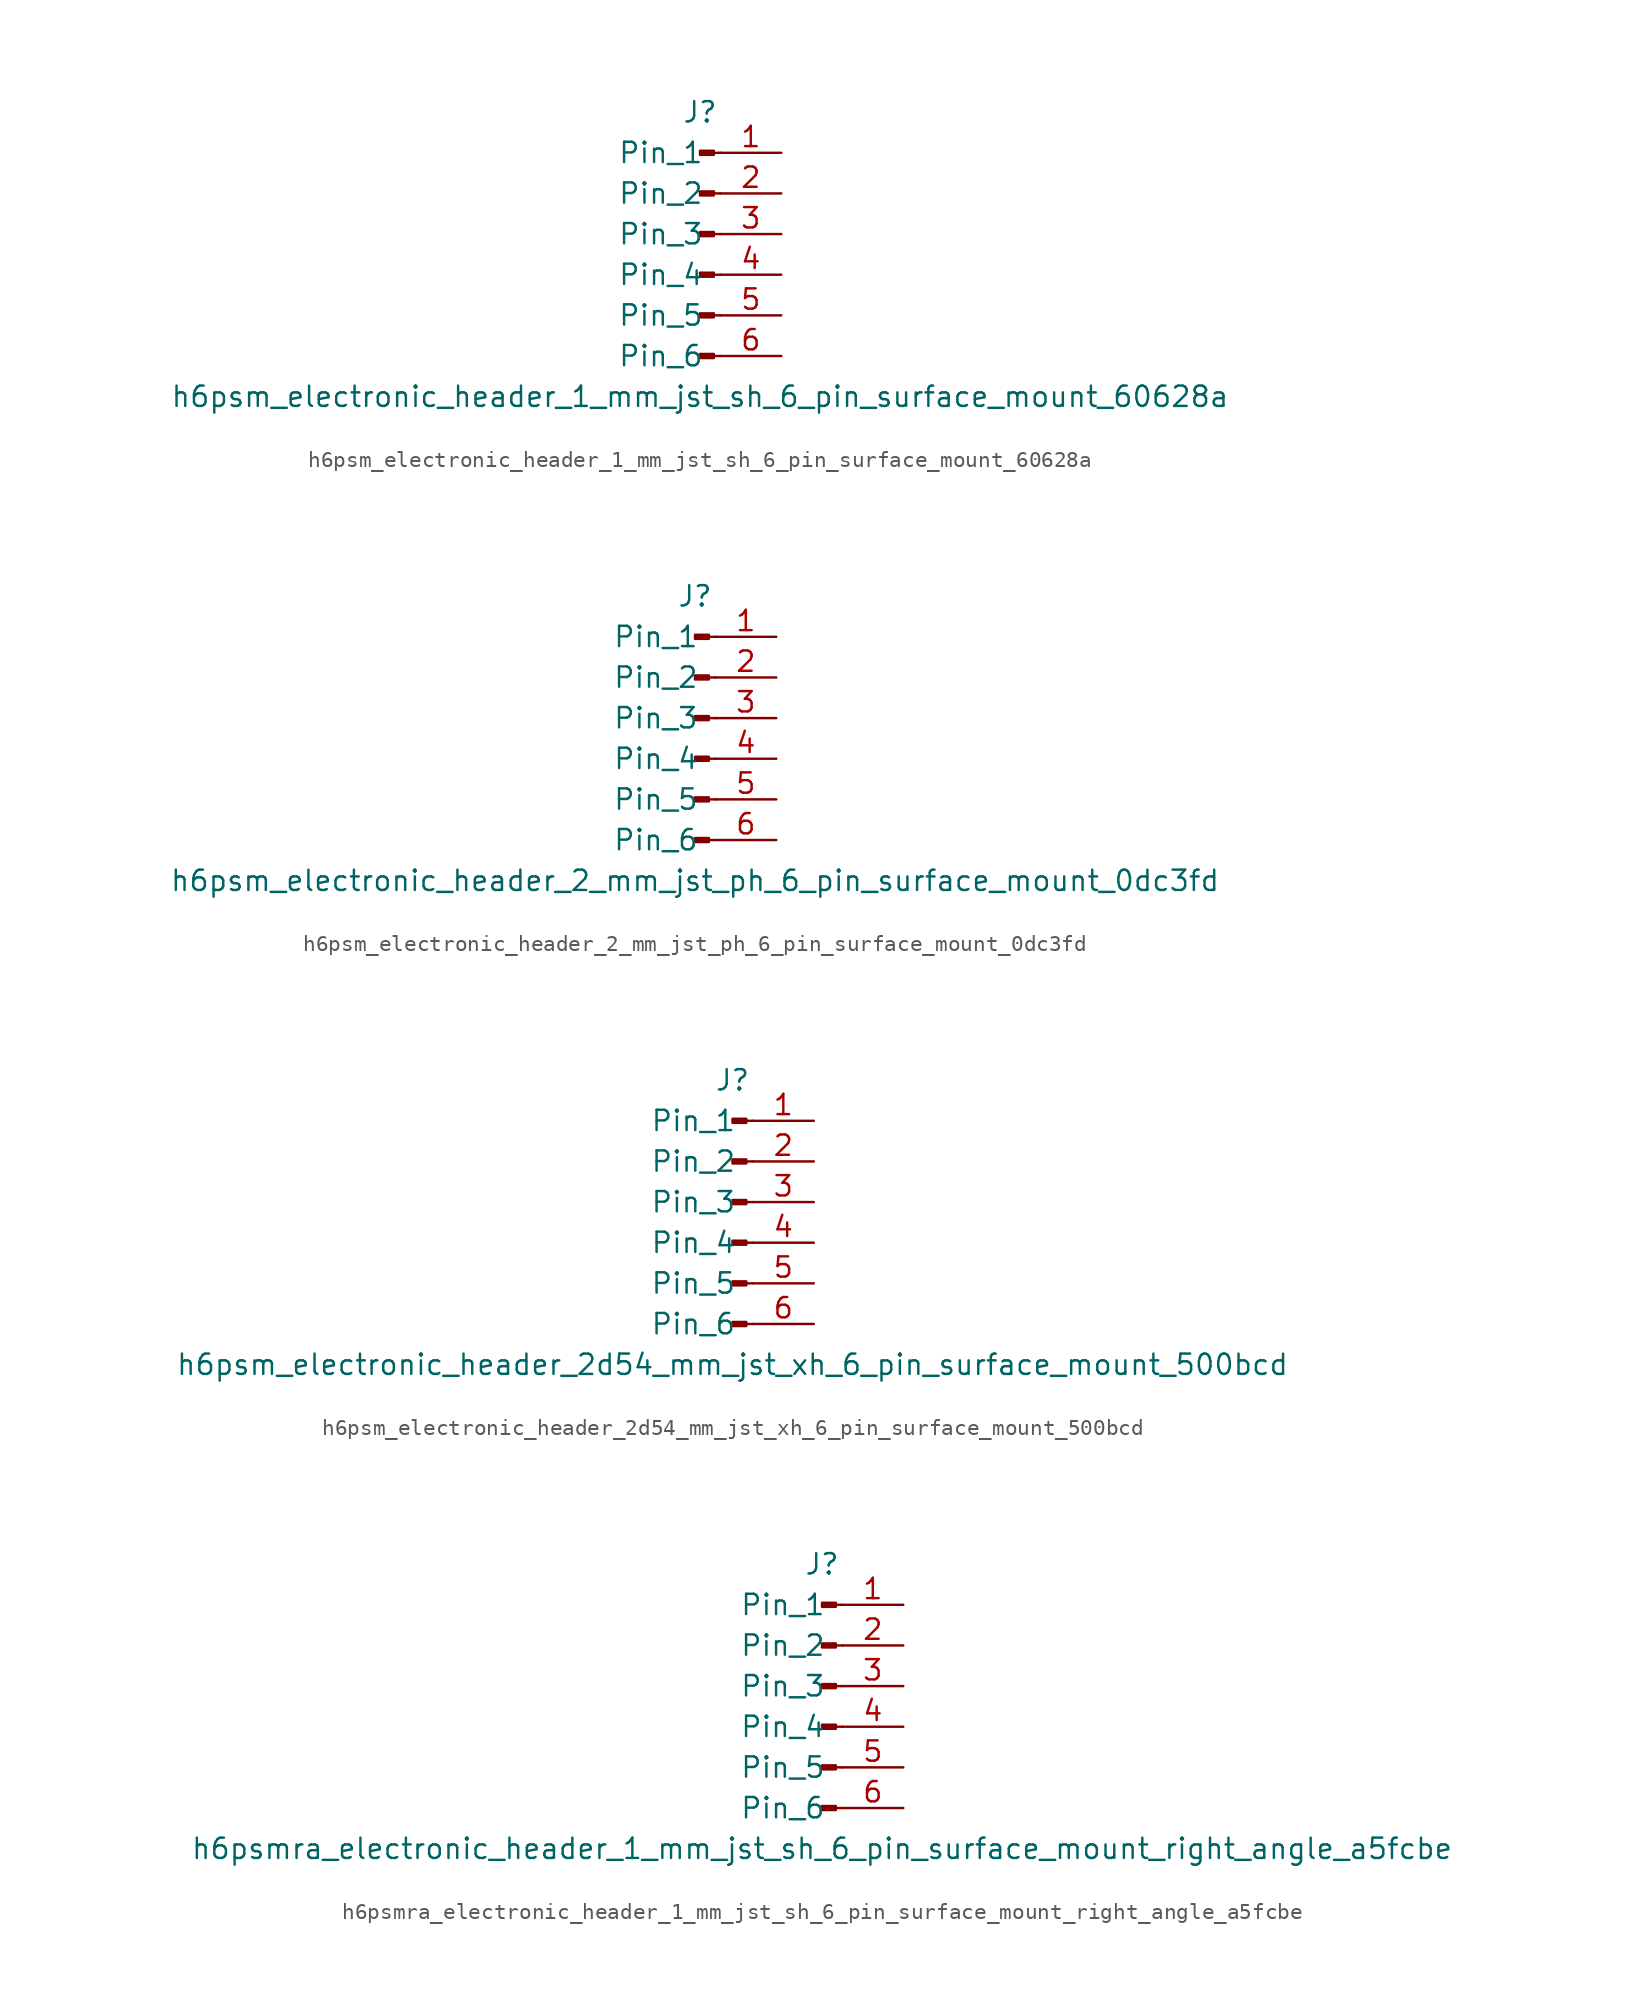
<source format=kicad_sym>
(kicad_symbol_lib
  (version 20220914)
  (generator kicad_symbol_editor)
  (symbol "h6psm_electronic_header_1_mm_jst_sh_6_pin_surface_mount_60628a"
    (pin_names
      (offset 1.016))
    (property "Reference" "J"
      (at 0 7.62 0)
      (effects (font (size 1.27 1.27))))
    (property "Value" "h6psm_electronic_header_1_mm_jst_sh_6_pin_surface_mount_60628a"
      (at 0 -10.16 0)
      (effects (font (size 1.27 1.27))))
    (property "ki_locked" ""
      (at 0 0 0)
      (effects (font (size 1.27 1.27))))
    (symbol "h6psm_electronic_header_1_mm_jst_sh_6_pin_surface_mount_60628a_1_1"
      (polyline (pts (xy 1.27 -7.62) (xy 0.864 -7.62)) (stroke (width 0.152) (type default)) (fill (type none)))
      (polyline (pts (xy 1.27 -5.08) (xy 0.864 -5.08)) (stroke (width 0.152) (type default)) (fill (type none)))
      (polyline (pts (xy 1.27 -2.54) (xy 0.864 -2.54)) (stroke (width 0.152) (type default)) (fill (type none)))
      (polyline (pts (xy 1.27 0) (xy 0.864 0)) (stroke (width 0.152) (type default)) (fill (type none)))
      (polyline (pts (xy 1.27 2.54) (xy 0.864 2.54)) (stroke (width 0.152) (type default)) (fill (type none)))
      (polyline (pts (xy 1.27 5.08) (xy 0.864 5.08)) (stroke (width 0.152) (type default)) (fill (type none)))
      (rectangle (start 0.864 -7.493) (end 0 -7.747) (stroke (width 0.152) (type default)) (fill (type outline)))
      (rectangle (start 0.864 -4.953) (end 0 -5.207) (stroke (width 0.152) (type default)) (fill (type outline)))
      (rectangle (start 0.864 -2.413) (end 0 -2.667) (stroke (width 0.152) (type default)) (fill (type outline)))
      (rectangle (start 0.864 0.127) (end 0 -0.127) (stroke (width 0.152) (type default)) (fill (type outline)))
      (rectangle (start 0.864 2.667) (end 0 2.413) (stroke (width 0.152) (type default)) (fill (type outline)))
      (rectangle (start 0.864 5.207) (end 0 4.953) (stroke (width 0.152) (type default)) (fill (type outline)))
      (pin passive line (at 5.08 5.08 180) (length 3.81) (name "Pin_1" (effects (font (size 1.27 1.27)))) (number "1" (effects (font (size 1.27 1.27)))))
      (pin passive line (at 5.08 2.54 180) (length 3.81) (name "Pin_2" (effects (font (size 1.27 1.27)))) (number "2" (effects (font (size 1.27 1.27)))))
      (pin passive line (at 5.08 0 180) (length 3.81) (name "Pin_3" (effects (font (size 1.27 1.27)))) (number "3" (effects (font (size 1.27 1.27)))))
      (pin passive line (at 5.08 -2.54 180) (length 3.81) (name "Pin_4" (effects (font (size 1.27 1.27)))) (number "4" (effects (font (size 1.27 1.27)))))
      (pin passive line (at 5.08 -5.08 180) (length 3.81) (name "Pin_5" (effects (font (size 1.27 1.27)))) (number "5" (effects (font (size 1.27 1.27)))))
      (pin passive line (at 5.08 -7.62 180) (length 3.81) (name "Pin_6" (effects (font (size 1.27 1.27)))) (number "6" (effects (font (size 1.27 1.27)))))))
  (symbol "h6psm_electronic_header_2_mm_jst_ph_6_pin_surface_mount_0dc3fd"
    (pin_names
      (offset 1.016))
    (property "Reference" "J"
      (at 0 7.62 0)
      (effects (font (size 1.27 1.27))))
    (property "Value" "h6psm_electronic_header_2_mm_jst_ph_6_pin_surface_mount_0dc3fd"
      (at 0 -10.16 0)
      (effects (font (size 1.27 1.27))))
    (property "ki_locked" ""
      (at 0 0 0)
      (effects (font (size 1.27 1.27))))
    (symbol "h6psm_electronic_header_2_mm_jst_ph_6_pin_surface_mount_0dc3fd_1_1"
      (polyline (pts (xy 1.27 -7.62) (xy 0.864 -7.62)) (stroke (width 0.152) (type default)) (fill (type none)))
      (polyline (pts (xy 1.27 -5.08) (xy 0.864 -5.08)) (stroke (width 0.152) (type default)) (fill (type none)))
      (polyline (pts (xy 1.27 -2.54) (xy 0.864 -2.54)) (stroke (width 0.152) (type default)) (fill (type none)))
      (polyline (pts (xy 1.27 0) (xy 0.864 0)) (stroke (width 0.152) (type default)) (fill (type none)))
      (polyline (pts (xy 1.27 2.54) (xy 0.864 2.54)) (stroke (width 0.152) (type default)) (fill (type none)))
      (polyline (pts (xy 1.27 5.08) (xy 0.864 5.08)) (stroke (width 0.152) (type default)) (fill (type none)))
      (rectangle (start 0.864 -7.493) (end 0 -7.747) (stroke (width 0.152) (type default)) (fill (type outline)))
      (rectangle (start 0.864 -4.953) (end 0 -5.207) (stroke (width 0.152) (type default)) (fill (type outline)))
      (rectangle (start 0.864 -2.413) (end 0 -2.667) (stroke (width 0.152) (type default)) (fill (type outline)))
      (rectangle (start 0.864 0.127) (end 0 -0.127) (stroke (width 0.152) (type default)) (fill (type outline)))
      (rectangle (start 0.864 2.667) (end 0 2.413) (stroke (width 0.152) (type default)) (fill (type outline)))
      (rectangle (start 0.864 5.207) (end 0 4.953) (stroke (width 0.152) (type default)) (fill (type outline)))
      (pin passive line (at 5.08 5.08 180) (length 3.81) (name "Pin_1" (effects (font (size 1.27 1.27)))) (number "1" (effects (font (size 1.27 1.27)))))
      (pin passive line (at 5.08 2.54 180) (length 3.81) (name "Pin_2" (effects (font (size 1.27 1.27)))) (number "2" (effects (font (size 1.27 1.27)))))
      (pin passive line (at 5.08 0 180) (length 3.81) (name "Pin_3" (effects (font (size 1.27 1.27)))) (number "3" (effects (font (size 1.27 1.27)))))
      (pin passive line (at 5.08 -2.54 180) (length 3.81) (name "Pin_4" (effects (font (size 1.27 1.27)))) (number "4" (effects (font (size 1.27 1.27)))))
      (pin passive line (at 5.08 -5.08 180) (length 3.81) (name "Pin_5" (effects (font (size 1.27 1.27)))) (number "5" (effects (font (size 1.27 1.27)))))
      (pin passive line (at 5.08 -7.62 180) (length 3.81) (name "Pin_6" (effects (font (size 1.27 1.27)))) (number "6" (effects (font (size 1.27 1.27)))))))
  (symbol "h6psm_electronic_header_2d54_mm_jst_xh_6_pin_surface_mount_500bcd"
    (pin_names
      (offset 1.016))
    (property "Reference" "J"
      (at 0 7.62 0)
      (effects (font (size 1.27 1.27))))
    (property "Value" "h6psm_electronic_header_2d54_mm_jst_xh_6_pin_surface_mount_500bcd"
      (at 0 -10.16 0)
      (effects (font (size 1.27 1.27))))
    (property "ki_locked" ""
      (at 0 0 0)
      (effects (font (size 1.27 1.27))))
    (symbol "h6psm_electronic_header_2d54_mm_jst_xh_6_pin_surface_mount_500bcd_1_1"
      (polyline (pts (xy 1.27 -7.62) (xy 0.864 -7.62)) (stroke (width 0.152) (type default)) (fill (type none)))
      (polyline (pts (xy 1.27 -5.08) (xy 0.864 -5.08)) (stroke (width 0.152) (type default)) (fill (type none)))
      (polyline (pts (xy 1.27 -2.54) (xy 0.864 -2.54)) (stroke (width 0.152) (type default)) (fill (type none)))
      (polyline (pts (xy 1.27 0) (xy 0.864 0)) (stroke (width 0.152) (type default)) (fill (type none)))
      (polyline (pts (xy 1.27 2.54) (xy 0.864 2.54)) (stroke (width 0.152) (type default)) (fill (type none)))
      (polyline (pts (xy 1.27 5.08) (xy 0.864 5.08)) (stroke (width 0.152) (type default)) (fill (type none)))
      (rectangle (start 0.864 -7.493) (end 0 -7.747) (stroke (width 0.152) (type default)) (fill (type outline)))
      (rectangle (start 0.864 -4.953) (end 0 -5.207) (stroke (width 0.152) (type default)) (fill (type outline)))
      (rectangle (start 0.864 -2.413) (end 0 -2.667) (stroke (width 0.152) (type default)) (fill (type outline)))
      (rectangle (start 0.864 0.127) (end 0 -0.127) (stroke (width 0.152) (type default)) (fill (type outline)))
      (rectangle (start 0.864 2.667) (end 0 2.413) (stroke (width 0.152) (type default)) (fill (type outline)))
      (rectangle (start 0.864 5.207) (end 0 4.953) (stroke (width 0.152) (type default)) (fill (type outline)))
      (pin passive line (at 5.08 5.08 180) (length 3.81) (name "Pin_1" (effects (font (size 1.27 1.27)))) (number "1" (effects (font (size 1.27 1.27)))))
      (pin passive line (at 5.08 2.54 180) (length 3.81) (name "Pin_2" (effects (font (size 1.27 1.27)))) (number "2" (effects (font (size 1.27 1.27)))))
      (pin passive line (at 5.08 0 180) (length 3.81) (name "Pin_3" (effects (font (size 1.27 1.27)))) (number "3" (effects (font (size 1.27 1.27)))))
      (pin passive line (at 5.08 -2.54 180) (length 3.81) (name "Pin_4" (effects (font (size 1.27 1.27)))) (number "4" (effects (font (size 1.27 1.27)))))
      (pin passive line (at 5.08 -5.08 180) (length 3.81) (name "Pin_5" (effects (font (size 1.27 1.27)))) (number "5" (effects (font (size 1.27 1.27)))))
      (pin passive line (at 5.08 -7.62 180) (length 3.81) (name "Pin_6" (effects (font (size 1.27 1.27)))) (number "6" (effects (font (size 1.27 1.27)))))))
  (symbol "h6psmra_electronic_header_1_mm_jst_sh_6_pin_surface_mount_right_angle_a5fcbe"
    (pin_names
      (offset 1.016))
    (property "Reference" "J"
      (at 0 7.62 0)
      (effects (font (size 1.27 1.27))))
    (property "Value" "h6psmra_electronic_header_1_mm_jst_sh_6_pin_surface_mount_right_angle_a5fcbe"
      (at 0 -10.16 0)
      (effects (font (size 1.27 1.27))))
    (property "ki_locked" ""
      (at 0 0 0)
      (effects (font (size 1.27 1.27))))
    (symbol "h6psmra_electronic_header_1_mm_jst_sh_6_pin_surface_mount_right_angle_a5fcbe_1_1"
      (polyline (pts (xy 1.27 -7.62) (xy 0.864 -7.62)) (stroke (width 0.152) (type default)) (fill (type none)))
      (polyline (pts (xy 1.27 -5.08) (xy 0.864 -5.08)) (stroke (width 0.152) (type default)) (fill (type none)))
      (polyline (pts (xy 1.27 -2.54) (xy 0.864 -2.54)) (stroke (width 0.152) (type default)) (fill (type none)))
      (polyline (pts (xy 1.27 0) (xy 0.864 0)) (stroke (width 0.152) (type default)) (fill (type none)))
      (polyline (pts (xy 1.27 2.54) (xy 0.864 2.54)) (stroke (width 0.152) (type default)) (fill (type none)))
      (polyline (pts (xy 1.27 5.08) (xy 0.864 5.08)) (stroke (width 0.152) (type default)) (fill (type none)))
      (rectangle (start 0.864 -7.493) (end 0 -7.747) (stroke (width 0.152) (type default)) (fill (type outline)))
      (rectangle (start 0.864 -4.953) (end 0 -5.207) (stroke (width 0.152) (type default)) (fill (type outline)))
      (rectangle (start 0.864 -2.413) (end 0 -2.667) (stroke (width 0.152) (type default)) (fill (type outline)))
      (rectangle (start 0.864 0.127) (end 0 -0.127) (stroke (width 0.152) (type default)) (fill (type outline)))
      (rectangle (start 0.864 2.667) (end 0 2.413) (stroke (width 0.152) (type default)) (fill (type outline)))
      (rectangle (start 0.864 5.207) (end 0 4.953) (stroke (width 0.152) (type default)) (fill (type outline)))
      (pin passive line (at 5.08 5.08 180) (length 3.81) (name "Pin_1" (effects (font (size 1.27 1.27)))) (number "1" (effects (font (size 1.27 1.27)))))
      (pin passive line (at 5.08 2.54 180) (length 3.81) (name "Pin_2" (effects (font (size 1.27 1.27)))) (number "2" (effects (font (size 1.27 1.27)))))
      (pin passive line (at 5.08 0 180) (length 3.81) (name "Pin_3" (effects (font (size 1.27 1.27)))) (number "3" (effects (font (size 1.27 1.27)))))
      (pin passive line (at 5.08 -2.54 180) (length 3.81) (name "Pin_4" (effects (font (size 1.27 1.27)))) (number "4" (effects (font (size 1.27 1.27)))))
      (pin passive line (at 5.08 -5.08 180) (length 3.81) (name "Pin_5" (effects (font (size 1.27 1.27)))) (number "5" (effects (font (size 1.27 1.27)))))
      (pin passive line (at 5.08 -7.62 180) (length 3.81) (name "Pin_6" (effects (font (size 1.27 1.27)))) (number "6" (effects (font (size 1.27 1.27))))))))
</source>
